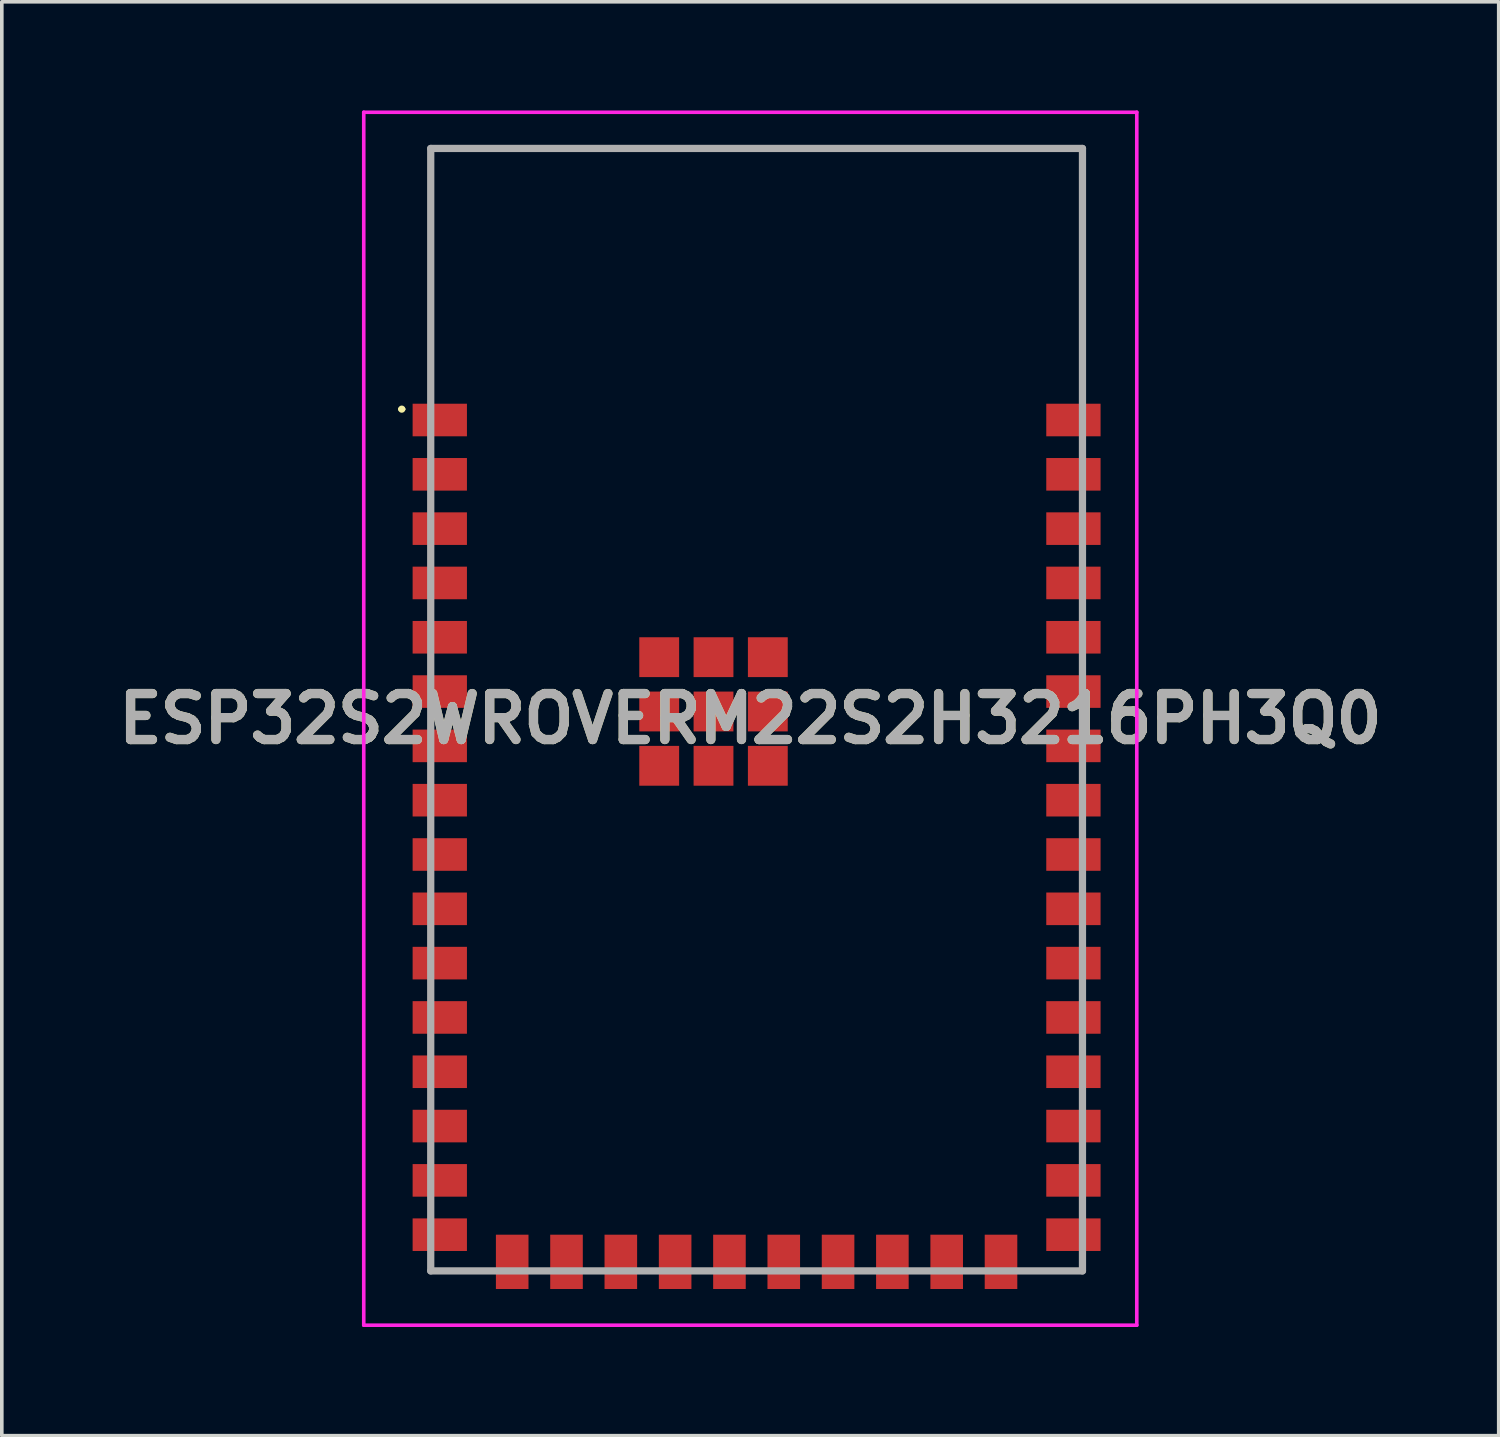
<source format=kicad_pcb>
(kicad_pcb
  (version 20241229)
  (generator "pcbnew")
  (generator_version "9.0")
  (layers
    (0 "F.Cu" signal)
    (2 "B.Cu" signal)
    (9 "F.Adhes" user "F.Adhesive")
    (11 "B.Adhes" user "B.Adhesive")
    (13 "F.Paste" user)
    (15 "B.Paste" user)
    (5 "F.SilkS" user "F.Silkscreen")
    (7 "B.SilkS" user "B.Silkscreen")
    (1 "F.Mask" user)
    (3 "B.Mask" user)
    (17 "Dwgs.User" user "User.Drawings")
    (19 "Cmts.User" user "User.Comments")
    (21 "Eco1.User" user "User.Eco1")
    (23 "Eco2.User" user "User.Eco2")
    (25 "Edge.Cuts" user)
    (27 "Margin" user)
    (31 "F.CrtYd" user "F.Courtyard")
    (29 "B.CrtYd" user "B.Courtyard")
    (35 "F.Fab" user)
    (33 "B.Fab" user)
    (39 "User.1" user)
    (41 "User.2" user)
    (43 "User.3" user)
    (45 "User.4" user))
  (footprint "ESP32S2WROVERM22S2H3216PH3Q0"
    (layer "F.Cu")
    (at 9.096 31.05)
    (property "Reference" "ESP32S2WROVERM22S2H3216PH3Q0" (at 8.575 -14.25 0) (layer "F.SilkS") (effects (font (size 1.27 1.27) (thickness 0.254))))
    (attr smd)
    (fp_line (start -1.1 -22.8) (end -1.1 -22.8) (stroke (width 0.1) (type solid)) (layer "F.SilkS"))
    (fp_line (start -1 -22.8) (end -1 -22.8) (stroke (width 0.1) (type solid)) (layer "F.SilkS"))
    (fp_line (start -0.25 -30) (end 17.75 -30) (stroke (width 0.1) (type solid)) (layer "F.SilkS"))
    (fp_line (start -0.25 -24) (end -0.25 -30) (stroke (width 0.1) (type solid)) (layer "F.SilkS"))
    (fp_line (start 17.75 -30) (end 17.75 -24) (stroke (width 0.1) (type solid)) (layer "F.SilkS"))
    (fp_arc (start -1.1 -22.8) (mid -1.05 -22.85) (end -1 -22.8) (stroke (width 0.1) (type solid)) (layer "F.SilkS"))
    (fp_arc (start -1 -22.8) (mid -1.05 -22.75) (end -1.1 -22.8) (stroke (width 0.1) (type solid)) (layer "F.SilkS"))
    (fp_line (start -2.1 -31) (end 19.25 -31) (stroke (width 0.1) (type solid)) (layer "F.CrtYd"))
    (fp_line (start -2.1 2.5) (end -2.1 -31) (stroke (width 0.1) (type solid)) (layer "F.CrtYd"))
    (fp_line (start 19.25 -31) (end 19.25 2.5) (stroke (width 0.1) (type solid)) (layer "F.CrtYd"))
    (fp_line (start 19.25 2.5) (end -2.1 2.5) (stroke (width 0.1) (type solid)) (layer "F.CrtYd"))
    (fp_line (start -0.25 -30) (end 17.75 -30) (stroke (width 0.2) (type solid)) (layer "F.Fab"))
    (fp_line (start -0.25 1) (end -0.25 -30) (stroke (width 0.2) (type solid)) (layer "F.Fab"))
    (fp_line (start 17.75 -30) (end 17.75 1) (stroke (width 0.2) (type solid)) (layer "F.Fab"))
    (fp_line (start 17.75 1) (end -0.25 1) (stroke (width 0.2) (type solid)) (layer "F.Fab"))
    (fp_text user "${REFERENCE}" (at 8.575 -14.25 0) (layer "F.Fab") (effects (font (size 1.27 1.27) (thickness 0.254))))
    (pad "1" smd rect (at 0 -22.5 90) (size 0.9 1.5) (layers "F.Cu" "F.Mask" "F.Paste"))
    (pad "2" smd rect (at 0 -21 90) (size 0.9 1.5) (layers "F.Cu" "F.Mask" "F.Paste"))
    (pad "3" smd rect (at 0 -19.5 90) (size 0.9 1.5) (layers "F.Cu" "F.Mask" "F.Paste"))
    (pad "4" smd rect (at 0 -18 90) (size 0.9 1.5) (layers "F.Cu" "F.Mask" "F.Paste"))
    (pad "5" smd rect (at 0 -16.5 90) (size 0.9 1.5) (layers "F.Cu" "F.Mask" "F.Paste"))
    (pad "6" smd rect (at 0 -15 90) (size 0.9 1.5) (layers "F.Cu" "F.Mask" "F.Paste"))
    (pad "7" smd rect (at 0 -13.5 90) (size 0.9 1.5) (layers "F.Cu" "F.Mask" "F.Paste"))
    (pad "8" smd rect (at 0 -12 90) (size 0.9 1.5) (layers "F.Cu" "F.Mask" "F.Paste"))
    (pad "9" smd rect (at 0 -10.5 90) (size 0.9 1.5) (layers "F.Cu" "F.Mask" "F.Paste"))
    (pad "10" smd rect (at 0 -9 90) (size 0.9 1.5) (layers "F.Cu" "F.Mask" "F.Paste"))
    (pad "11" smd rect (at 0 -7.5 90) (size 0.9 1.5) (layers "F.Cu" "F.Mask" "F.Paste"))
    (pad "12" smd rect (at 0 -6 90) (size 0.9 1.5) (layers "F.Cu" "F.Mask" "F.Paste"))
    (pad "13" smd rect (at 0 -4.5 90) (size 0.9 1.5) (layers "F.Cu" "F.Mask" "F.Paste"))
    (pad "14" smd rect (at 0 -3 90) (size 0.9 1.5) (layers "F.Cu" "F.Mask" "F.Paste"))
    (pad "15" smd rect (at 0 -1.5 90) (size 0.9 1.5) (layers "F.Cu" "F.Mask" "F.Paste"))
    (pad "16" smd rect (at 0 0 90) (size 0.9 1.5) (layers "F.Cu" "F.Mask" "F.Paste"))
    (pad "17" smd rect (at 2 0.75) (size 0.9 1.5) (layers "F.Cu" "F.Mask" "F.Paste"))
    (pad "18" smd rect (at 3.5 0.75) (size 0.9 1.5) (layers "F.Cu" "F.Mask" "F.Paste"))
    (pad "19" smd rect (at 5 0.75) (size 0.9 1.5) (layers "F.Cu" "F.Mask" "F.Paste"))
    (pad "20" smd rect (at 6.5 0.75) (size 0.9 1.5) (layers "F.Cu" "F.Mask" "F.Paste"))
    (pad "21" smd rect (at 8 0.75) (size 0.9 1.5) (layers "F.Cu" "F.Mask" "F.Paste"))
    (pad "22" smd rect (at 9.5 0.75) (size 0.9 1.5) (layers "F.Cu" "F.Mask" "F.Paste"))
    (pad "23" smd rect (at 11 0.75) (size 0.9 1.5) (layers "F.Cu" "F.Mask" "F.Paste"))
    (pad "24" smd rect (at 12.5 0.75) (size 0.9 1.5) (layers "F.Cu" "F.Mask" "F.Paste"))
    (pad "25" smd rect (at 14 0.75) (size 0.9 1.5) (layers "F.Cu" "F.Mask" "F.Paste"))
    (pad "26" smd rect (at 15.5 0.75) (size 0.9 1.5) (layers "F.Cu" "F.Mask" "F.Paste"))
    (pad "27" smd rect (at 17.5 0 90) (size 0.9 1.5) (layers "F.Cu" "F.Mask" "F.Paste"))
    (pad "28" smd rect (at 17.5 -1.5 90) (size 0.9 1.5) (layers "F.Cu" "F.Mask" "F.Paste"))
    (pad "29" smd rect (at 17.5 -3 90) (size 0.9 1.5) (layers "F.Cu" "F.Mask" "F.Paste"))
    (pad "30" smd rect (at 17.5 -4.5 90) (size 0.9 1.5) (layers "F.Cu" "F.Mask" "F.Paste"))
    (pad "31" smd rect (at 17.5 -6 90) (size 0.9 1.5) (layers "F.Cu" "F.Mask" "F.Paste"))
    (pad "32" smd rect (at 17.5 -7.5 90) (size 0.9 1.5) (layers "F.Cu" "F.Mask" "F.Paste"))
    (pad "33" smd rect (at 17.5 -9 90) (size 0.9 1.5) (layers "F.Cu" "F.Mask" "F.Paste"))
    (pad "34" smd rect (at 17.5 -10.5 90) (size 0.9 1.5) (layers "F.Cu" "F.Mask" "F.Paste"))
    (pad "35" smd rect (at 17.5 -12 90) (size 0.9 1.5) (layers "F.Cu" "F.Mask" "F.Paste"))
    (pad "36" smd rect (at 17.5 -13.5 90) (size 0.9 1.5) (layers "F.Cu" "F.Mask" "F.Paste"))
    (pad "37" smd rect (at 17.5 -15 90) (size 0.9 1.5) (layers "F.Cu" "F.Mask" "F.Paste"))
    (pad "38" smd rect (at 17.5 -16.5 90) (size 0.9 1.5) (layers "F.Cu" "F.Mask" "F.Paste"))
    (pad "39" smd rect (at 17.5 -18 90) (size 0.9 1.5) (layers "F.Cu" "F.Mask" "F.Paste"))
    (pad "40" smd rect (at 17.5 -19.5 90) (size 0.9 1.5) (layers "F.Cu" "F.Mask" "F.Paste"))
    (pad "41" smd rect (at 17.5 -21 90) (size 0.9 1.5) (layers "F.Cu" "F.Mask" "F.Paste"))
    (pad "42" smd rect (at 17.5 -22.5 90) (size 0.9 1.5) (layers "F.Cu" "F.Mask" "F.Paste"))
    (pad "43" smd rect (at 7.56 -14.45) (size 1.1 1.1) (layers "F.Cu" "F.Mask" "F.Paste"))
    (pad "44" smd rect (at 9.06 -14.45) (size 1.1 1.1) (layers "F.Cu" "F.Mask" "F.Paste"))
    (pad "45" smd rect (at 9.06 -15.95) (size 1.1 1.1) (layers "F.Cu" "F.Mask" "F.Paste"))
    (pad "46" smd rect (at 7.56 -15.95) (size 1.1 1.1) (layers "F.Cu" "F.Mask" "F.Paste"))
    (pad "47" smd rect (at 6.06 -15.95) (size 1.1 1.1) (layers "F.Cu" "F.Mask" "F.Paste"))
    (pad "48" smd rect (at 6.06 -14.45) (size 1.1 1.1) (layers "F.Cu" "F.Mask" "F.Paste"))
    (pad "49" smd rect (at 6.06 -12.95) (size 1.1 1.1) (layers "F.Cu" "F.Mask" "F.Paste"))
    (pad "50" smd rect (at 7.56 -12.95) (size 1.1 1.1) (layers "F.Cu" "F.Mask" "F.Paste"))
    (pad "51" smd rect (at 9.06 -12.95) (size 1.1 1.1) (layers "F.Cu" "F.Mask" "F.Paste")))
  (gr_rect
    (start -3 -3)
    (end 38.342 36.6)
    (stroke (width 0.1) (type default))
    (fill no)
    (layer "Edge.Cuts")))
</source>
